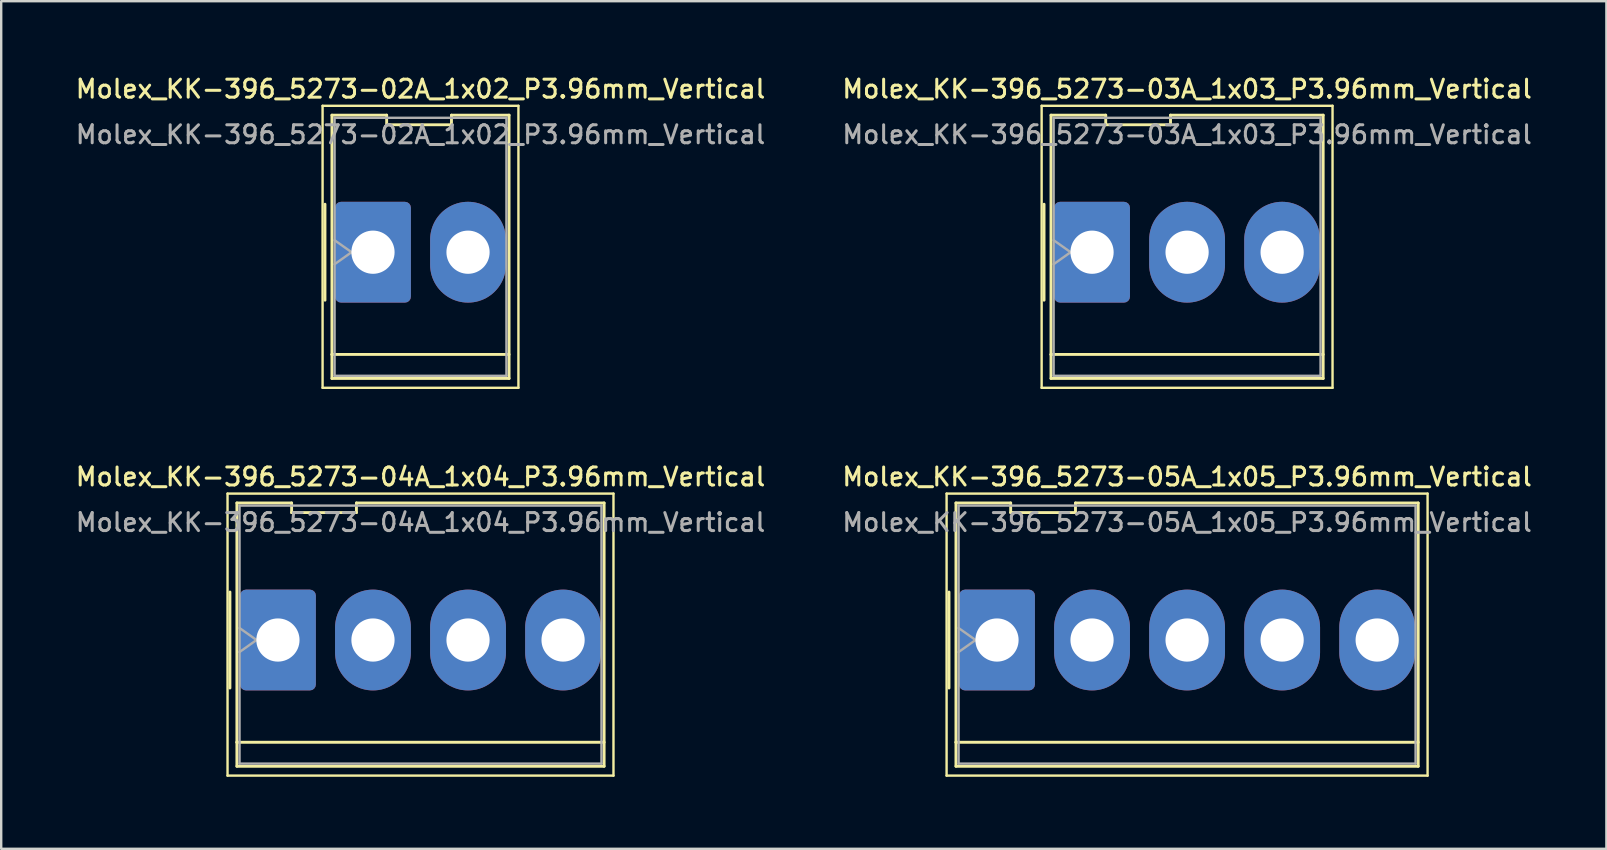
<source format=kicad_pcb>
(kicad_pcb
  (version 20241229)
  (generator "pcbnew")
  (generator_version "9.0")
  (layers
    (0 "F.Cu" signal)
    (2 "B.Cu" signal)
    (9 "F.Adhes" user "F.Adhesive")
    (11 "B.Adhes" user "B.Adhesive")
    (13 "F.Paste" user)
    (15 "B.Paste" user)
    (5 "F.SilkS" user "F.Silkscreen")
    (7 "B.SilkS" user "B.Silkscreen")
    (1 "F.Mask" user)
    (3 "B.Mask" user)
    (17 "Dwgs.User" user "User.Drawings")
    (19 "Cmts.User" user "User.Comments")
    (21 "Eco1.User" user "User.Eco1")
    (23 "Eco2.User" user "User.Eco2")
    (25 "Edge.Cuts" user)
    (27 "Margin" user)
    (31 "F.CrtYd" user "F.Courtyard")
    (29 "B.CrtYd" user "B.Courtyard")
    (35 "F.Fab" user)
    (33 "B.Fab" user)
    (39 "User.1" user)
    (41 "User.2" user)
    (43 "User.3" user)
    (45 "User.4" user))
  (footprint "Molex_KK-396_5273-04A_1x04_P3.96mm_Vertical"
    (layer "F.Cu")
    (at 8.53 23.616)
    (property "Reference" "Molex_KK-396_5273-04A_1x04_P3.96mm_Vertical" (at 5.94 -6.8 0) (layer "F.SilkS") (effects (font (size 0.75 0.75) (thickness 0.125))))
    (attr through_hole)
    (fp_line (start -2.1 -6.1) (end -2.1 5.65) (stroke (width 0.1) (type solid)) (layer "F.SilkS"))
    (fp_line (start -2.1 5.65) (end 13.98 5.65) (stroke (width 0.1) (type solid)) (layer "F.SilkS"))
    (fp_line (start -2 -2) (end -2 2) (stroke (width 0.12) (type solid)) (layer "F.SilkS"))
    (fp_line (start -1.71 -5.71) (end 0.57 -5.71) (stroke (width 0.12) (type solid)) (layer "F.SilkS"))
    (fp_line (start -1.71 4.26) (end -1.71 -5.71) (stroke (width 0.12) (type solid)) (layer "F.SilkS"))
    (fp_line (start -1.71 4.26) (end 13.59 4.26) (stroke (width 0.12) (type solid)) (layer "F.SilkS"))
    (fp_line (start -1.71 5.26) (end -1.71 4.26) (stroke (width 0.12) (type solid)) (layer "F.SilkS"))
    (fp_line (start 0.57 -5.71) (end 0.57 -5.31) (stroke (width 0.12) (type solid)) (layer "F.SilkS"))
    (fp_line (start 0.57 -5.31) (end 3.27 -5.31) (stroke (width 0.12) (type solid)) (layer "F.SilkS"))
    (fp_line (start 3.27 -5.71) (end 13.59 -5.71) (stroke (width 0.12) (type solid)) (layer "F.SilkS"))
    (fp_line (start 3.27 -5.31) (end 3.27 -5.71) (stroke (width 0.12) (type solid)) (layer "F.SilkS"))
    (fp_line (start 13.59 -5.71) (end 13.59 5.26) (stroke (width 0.12) (type solid)) (layer "F.SilkS"))
    (fp_line (start 13.59 5.26) (end -1.71 5.26) (stroke (width 0.12) (type solid)) (layer "F.SilkS"))
    (fp_line (start 13.98 -6.1) (end -2.1 -6.1) (stroke (width 0.1) (type solid)) (layer "F.SilkS"))
    (fp_line (start 13.98 5.65) (end 13.98 -6.1) (stroke (width 0.1) (type solid)) (layer "F.SilkS"))
    (fp_line (start -1.6 -5.6) (end 13.48 -5.6) (stroke (width 0.1) (type solid)) (layer "F.Fab"))
    (fp_line (start -1.6 -0.5) (end -0.893 0) (stroke (width 0.1) (type solid)) (layer "F.Fab"))
    (fp_line (start -1.6 5.15) (end -1.6 -5.6) (stroke (width 0.1) (type solid)) (layer "F.Fab"))
    (fp_line (start -0.893 0) (end -1.6 0.5) (stroke (width 0.1) (type solid)) (layer "F.Fab"))
    (fp_line (start 13.48 -5.6) (end 13.48 5.15) (stroke (width 0.1) (type solid)) (layer "F.Fab"))
    (fp_line (start 13.48 5.15) (end -1.6 5.15) (stroke (width 0.1) (type solid)) (layer "F.Fab"))
    (fp_text user "${REFERENCE}" (at 5.94 -4.9 0) (layer "F.Fab") (effects (font (size 0.75 0.75) (thickness 0.125))))
    (pad "1" thru_hole roundrect (at 0 0) (size 3.16 4.2) (drill 1.8) (layers "*.Cu" "*.Mask") (roundrect_rratio 0.079))
    (pad "2" thru_hole oval (at 3.96 0) (size 3.16 4.2) (drill 1.8) (layers "*.Cu" "*.Mask"))
    (pad "3" thru_hole oval (at 7.92 0) (size 3.16 4.2) (drill 1.8) (layers "*.Cu" "*.Mask"))
    (pad "4" thru_hole oval (at 11.88 0) (size 3.16 4.2) (drill 1.8) (layers "*.Cu" "*.Mask")))
  (footprint "Molex_KK-396_5273-02A_1x02_P3.96mm_Vertical"
    (layer "F.Cu")
    (at 12.49 7.458)
    (property "Reference" "Molex_KK-396_5273-02A_1x02_P3.96mm_Vertical" (at 1.98 -6.8 0) (layer "F.SilkS") (effects (font (size 0.75 0.75) (thickness 0.125))))
    (attr through_hole)
    (fp_line (start -2.1 -6.1) (end -2.1 5.65) (stroke (width 0.1) (type solid)) (layer "F.SilkS"))
    (fp_line (start -2.1 5.65) (end 6.06 5.65) (stroke (width 0.1) (type solid)) (layer "F.SilkS"))
    (fp_line (start -2 -2) (end -2 2) (stroke (width 0.12) (type solid)) (layer "F.SilkS"))
    (fp_line (start -1.71 -5.71) (end 0.57 -5.71) (stroke (width 0.12) (type solid)) (layer "F.SilkS"))
    (fp_line (start -1.71 4.26) (end -1.71 -5.71) (stroke (width 0.12) (type solid)) (layer "F.SilkS"))
    (fp_line (start -1.71 4.26) (end 5.67 4.26) (stroke (width 0.12) (type solid)) (layer "F.SilkS"))
    (fp_line (start -1.71 5.26) (end -1.71 4.26) (stroke (width 0.12) (type solid)) (layer "F.SilkS"))
    (fp_line (start 0.57 -5.71) (end 0.57 -5.31) (stroke (width 0.12) (type solid)) (layer "F.SilkS"))
    (fp_line (start 0.57 -5.31) (end 3.27 -5.31) (stroke (width 0.12) (type solid)) (layer "F.SilkS"))
    (fp_line (start 3.27 -5.71) (end 5.67 -5.71) (stroke (width 0.12) (type solid)) (layer "F.SilkS"))
    (fp_line (start 3.27 -5.31) (end 3.27 -5.71) (stroke (width 0.12) (type solid)) (layer "F.SilkS"))
    (fp_line (start 5.67 -5.71) (end 5.67 5.26) (stroke (width 0.12) (type solid)) (layer "F.SilkS"))
    (fp_line (start 5.67 5.26) (end -1.71 5.26) (stroke (width 0.12) (type solid)) (layer "F.SilkS"))
    (fp_line (start 6.06 -6.1) (end -2.1 -6.1) (stroke (width 0.1) (type solid)) (layer "F.SilkS"))
    (fp_line (start 6.06 5.65) (end 6.06 -6.1) (stroke (width 0.1) (type solid)) (layer "F.SilkS"))
    (fp_line (start -1.6 -5.6) (end 5.56 -5.6) (stroke (width 0.1) (type solid)) (layer "F.Fab"))
    (fp_line (start -1.6 -0.5) (end -0.893 0) (stroke (width 0.1) (type solid)) (layer "F.Fab"))
    (fp_line (start -1.6 5.15) (end -1.6 -5.6) (stroke (width 0.1) (type solid)) (layer "F.Fab"))
    (fp_line (start -0.893 0) (end -1.6 0.5) (stroke (width 0.1) (type solid)) (layer "F.Fab"))
    (fp_line (start 5.56 -5.6) (end 5.56 5.15) (stroke (width 0.1) (type solid)) (layer "F.Fab"))
    (fp_line (start 5.56 5.15) (end -1.6 5.15) (stroke (width 0.1) (type solid)) (layer "F.Fab"))
    (fp_text user "${REFERENCE}" (at 1.98 -4.9 0) (layer "F.Fab") (effects (font (size 0.75 0.75) (thickness 0.125))))
    (pad "1" thru_hole roundrect (at 0 0) (size 3.16 4.2) (drill 1.8) (layers "*.Cu" "*.Mask") (roundrect_rratio 0.079))
    (pad "2" thru_hole oval (at 3.96 0) (size 3.16 4.2) (drill 1.8) (layers "*.Cu" "*.Mask")))
  (footprint "Molex_KK-396_5273-05A_1x05_P3.96mm_Vertical"
    (layer "F.Cu")
    (at 38.489 23.616)
    (property "Reference" "Molex_KK-396_5273-05A_1x05_P3.96mm_Vertical" (at 7.92 -6.8 0) (layer "F.SilkS") (effects (font (size 0.75 0.75) (thickness 0.125))))
    (attr through_hole)
    (fp_line (start -2.1 -6.1) (end -2.1 5.65) (stroke (width 0.1) (type solid)) (layer "F.SilkS"))
    (fp_line (start -2.1 5.65) (end 17.94 5.65) (stroke (width 0.1) (type solid)) (layer "F.SilkS"))
    (fp_line (start -2 -2) (end -2 2) (stroke (width 0.12) (type solid)) (layer "F.SilkS"))
    (fp_line (start -1.71 -5.71) (end 0.57 -5.71) (stroke (width 0.12) (type solid)) (layer "F.SilkS"))
    (fp_line (start -1.71 4.26) (end -1.71 -5.71) (stroke (width 0.12) (type solid)) (layer "F.SilkS"))
    (fp_line (start -1.71 4.26) (end 17.55 4.26) (stroke (width 0.12) (type solid)) (layer "F.SilkS"))
    (fp_line (start -1.71 5.26) (end -1.71 4.26) (stroke (width 0.12) (type solid)) (layer "F.SilkS"))
    (fp_line (start 0.57 -5.71) (end 0.57 -5.31) (stroke (width 0.12) (type solid)) (layer "F.SilkS"))
    (fp_line (start 0.57 -5.31) (end 3.27 -5.31) (stroke (width 0.12) (type solid)) (layer "F.SilkS"))
    (fp_line (start 3.27 -5.71) (end 17.55 -5.71) (stroke (width 0.12) (type solid)) (layer "F.SilkS"))
    (fp_line (start 3.27 -5.31) (end 3.27 -5.71) (stroke (width 0.12) (type solid)) (layer "F.SilkS"))
    (fp_line (start 17.55 -5.71) (end 17.55 5.26) (stroke (width 0.12) (type solid)) (layer "F.SilkS"))
    (fp_line (start 17.55 5.26) (end -1.71 5.26) (stroke (width 0.12) (type solid)) (layer "F.SilkS"))
    (fp_line (start 17.94 -6.1) (end -2.1 -6.1) (stroke (width 0.1) (type solid)) (layer "F.SilkS"))
    (fp_line (start 17.94 5.65) (end 17.94 -6.1) (stroke (width 0.1) (type solid)) (layer "F.SilkS"))
    (fp_line (start -1.6 -5.6) (end 17.44 -5.6) (stroke (width 0.1) (type solid)) (layer "F.Fab"))
    (fp_line (start -1.6 -0.5) (end -0.893 0) (stroke (width 0.1) (type solid)) (layer "F.Fab"))
    (fp_line (start -1.6 5.15) (end -1.6 -5.6) (stroke (width 0.1) (type solid)) (layer "F.Fab"))
    (fp_line (start -0.893 0) (end -1.6 0.5) (stroke (width 0.1) (type solid)) (layer "F.Fab"))
    (fp_line (start 17.44 -5.6) (end 17.44 5.15) (stroke (width 0.1) (type solid)) (layer "F.Fab"))
    (fp_line (start 17.44 5.15) (end -1.6 5.15) (stroke (width 0.1) (type solid)) (layer "F.Fab"))
    (fp_text user "${REFERENCE}" (at 7.92 -4.9 0) (layer "F.Fab") (effects (font (size 0.75 0.75) (thickness 0.125))))
    (pad "1" thru_hole roundrect (at 0 0) (size 3.16 4.2) (drill 1.8) (layers "*.Cu" "*.Mask") (roundrect_rratio 0.079))
    (pad "2" thru_hole oval (at 3.96 0) (size 3.16 4.2) (drill 1.8) (layers "*.Cu" "*.Mask"))
    (pad "3" thru_hole oval (at 7.92 0) (size 3.16 4.2) (drill 1.8) (layers "*.Cu" "*.Mask"))
    (pad "4" thru_hole oval (at 11.88 0) (size 3.16 4.2) (drill 1.8) (layers "*.Cu" "*.Mask"))
    (pad "5" thru_hole oval (at 15.84 0) (size 3.16 4.2) (drill 1.8) (layers "*.Cu" "*.Mask")))
  (footprint "Molex_KK-396_5273-03A_1x03_P3.96mm_Vertical"
    (layer "F.Cu")
    (at 42.449 7.458)
    (property "Reference" "Molex_KK-396_5273-03A_1x03_P3.96mm_Vertical" (at 3.96 -6.8 0) (layer "F.SilkS") (effects (font (size 0.75 0.75) (thickness 0.125))))
    (attr through_hole)
    (fp_line (start -2.1 -6.1) (end -2.1 5.65) (stroke (width 0.1) (type solid)) (layer "F.SilkS"))
    (fp_line (start -2.1 5.65) (end 10.02 5.65) (stroke (width 0.1) (type solid)) (layer "F.SilkS"))
    (fp_line (start -2 -2) (end -2 2) (stroke (width 0.12) (type solid)) (layer "F.SilkS"))
    (fp_line (start -1.71 -5.71) (end 0.57 -5.71) (stroke (width 0.12) (type solid)) (layer "F.SilkS"))
    (fp_line (start -1.71 4.26) (end -1.71 -5.71) (stroke (width 0.12) (type solid)) (layer "F.SilkS"))
    (fp_line (start -1.71 4.26) (end 9.63 4.26) (stroke (width 0.12) (type solid)) (layer "F.SilkS"))
    (fp_line (start -1.71 5.26) (end -1.71 4.26) (stroke (width 0.12) (type solid)) (layer "F.SilkS"))
    (fp_line (start 0.57 -5.71) (end 0.57 -5.31) (stroke (width 0.12) (type solid)) (layer "F.SilkS"))
    (fp_line (start 0.57 -5.31) (end 3.27 -5.31) (stroke (width 0.12) (type solid)) (layer "F.SilkS"))
    (fp_line (start 3.27 -5.71) (end 9.63 -5.71) (stroke (width 0.12) (type solid)) (layer "F.SilkS"))
    (fp_line (start 3.27 -5.31) (end 3.27 -5.71) (stroke (width 0.12) (type solid)) (layer "F.SilkS"))
    (fp_line (start 9.63 -5.71) (end 9.63 5.26) (stroke (width 0.12) (type solid)) (layer "F.SilkS"))
    (fp_line (start 9.63 5.26) (end -1.71 5.26) (stroke (width 0.12) (type solid)) (layer "F.SilkS"))
    (fp_line (start 10.02 -6.1) (end -2.1 -6.1) (stroke (width 0.1) (type solid)) (layer "F.SilkS"))
    (fp_line (start 10.02 5.65) (end 10.02 -6.1) (stroke (width 0.1) (type solid)) (layer "F.SilkS"))
    (fp_line (start -1.6 -5.6) (end 9.52 -5.6) (stroke (width 0.1) (type solid)) (layer "F.Fab"))
    (fp_line (start -1.6 -0.5) (end -0.893 0) (stroke (width 0.1) (type solid)) (layer "F.Fab"))
    (fp_line (start -1.6 5.15) (end -1.6 -5.6) (stroke (width 0.1) (type solid)) (layer "F.Fab"))
    (fp_line (start -0.893 0) (end -1.6 0.5) (stroke (width 0.1) (type solid)) (layer "F.Fab"))
    (fp_line (start 9.52 -5.6) (end 9.52 5.15) (stroke (width 0.1) (type solid)) (layer "F.Fab"))
    (fp_line (start 9.52 5.15) (end -1.6 5.15) (stroke (width 0.1) (type solid)) (layer "F.Fab"))
    (fp_text user "${REFERENCE}" (at 3.96 -4.9 0) (layer "F.Fab") (effects (font (size 0.75 0.75) (thickness 0.125))))
    (pad "1" thru_hole roundrect (at 0 0) (size 3.16 4.2) (drill 1.8) (layers "*.Cu" "*.Mask") (roundrect_rratio 0.079))
    (pad "2" thru_hole oval (at 3.96 0) (size 3.16 4.2) (drill 1.8) (layers "*.Cu" "*.Mask"))
    (pad "3" thru_hole oval (at 7.92 0) (size 3.16 4.2) (drill 1.8) (layers "*.Cu" "*.Mask")))
  (gr_rect
    (start -3 -3)
    (end 63.879 32.316)
    (stroke (width 0.1) (type default))
    (fill no)
    (layer "Edge.Cuts")))
</source>
